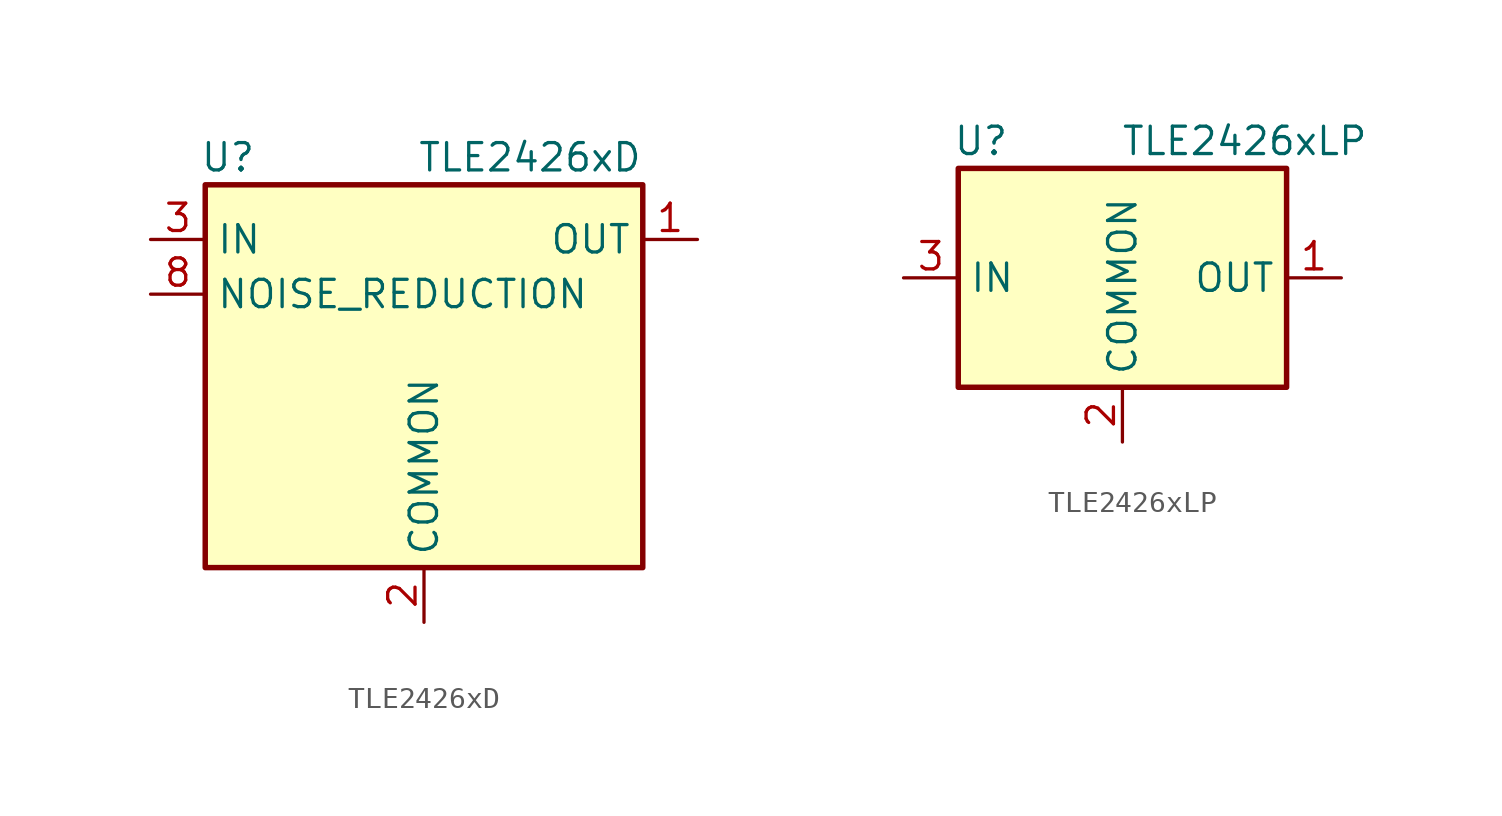
<source format=kicad_sym>
(kicad_symbol_lib
  (version 20241209)
  (generator "kicad_symbol_editor")
  (generator_version "9.0")
  (symbol "TLE2426xD"
    (property "Reference" "U"
      (at -10.414 8.89 0)
      (effects (font (size 1.27 1.27)) (justify left)))
    (property "Value" "TLE2426xD"
      (at 10.16 8.89 0)
      (effects (font (size 1.27 1.27)) (justify right)))
    (symbol "TLE2426xD_0_1"
      (rectangle (start -10.16 7.62) (end 10.16 -10.16) (stroke (width 0.254) (type default)) (fill (type background))))
    (symbol "TLE2426xD_1_1"
      (pin power_in line (at -12.7 5.08 0) (length 2.54) (name "IN" (effects (font (size 1.27 1.27)))) (number "3" (effects (font (size 1.27 1.27)))))
      (pin passive line (at -12.7 2.54 0) (length 2.54) (name "NOISE_REDUCTION" (effects (font (size 1.27 1.27)))) (number "8" (effects (font (size 1.27 1.27)))))
      (pin no_connect line (at -10.16 0 0) (length 2.54) (hide yes) (name "NC" (effects (font (size 1.27 1.27)))) (number "4" (effects (font (size 1.27 1.27)))))
      (pin no_connect line (at -10.16 -2.54 0) (length 2.54) (hide yes) (name "NC" (effects (font (size 1.27 1.27)))) (number "5" (effects (font (size 1.27 1.27)))))
      (pin power_in line (at 0 -12.7 90) (length 2.54) (name "COMMON" (effects (font (size 1.27 1.27)))) (number "2" (effects (font (size 1.27 1.27)))))
      (pin no_connect line (at 10.16 0 180) (length 2.54) (hide yes) (name "NC" (effects (font (size 1.27 1.27)))) (number "6" (effects (font (size 1.27 1.27)))))
      (pin no_connect line (at 10.16 -2.54 180) (length 2.54) (hide yes) (name "NC" (effects (font (size 1.27 1.27)))) (number "7" (effects (font (size 1.27 1.27)))))
      (pin power_out line (at 12.7 5.08 180) (length 2.54) (name "OUT" (effects (font (size 1.27 1.27)))) (number "1" (effects (font (size 1.27 1.27)))))))
  (symbol "TLE2426xLP"
    (property "Reference" "U"
      (at -7.874 6.35 0)
      (effects (font (size 1.27 1.27)) (justify left)))
    (property "Value" "TLE2426xLP"
      (at 11.43 6.35 0)
      (effects (font (size 1.27 1.27)) (justify right)))
    (symbol "TLE2426xLP_0_1"
      (rectangle (start -7.62 5.08) (end 7.62 -5.08) (stroke (width 0.254) (type default)) (fill (type background))))
    (symbol "TLE2426xLP_1_1"
      (pin power_in line (at -10.16 0 0) (length 2.54) (name "IN" (effects (font (size 1.27 1.27)))) (number "3" (effects (font (size 1.27 1.27)))))
      (pin power_in line (at 0 -7.62 90) (length 2.54) (name "COMMON" (effects (font (size 1.27 1.27)))) (number "2" (effects (font (size 1.27 1.27)))))
      (pin power_out line (at 10.16 0 180) (length 2.54) (name "OUT" (effects (font (size 1.27 1.27)))) (number "1" (effects (font (size 1.27 1.27))))))))
</source>
